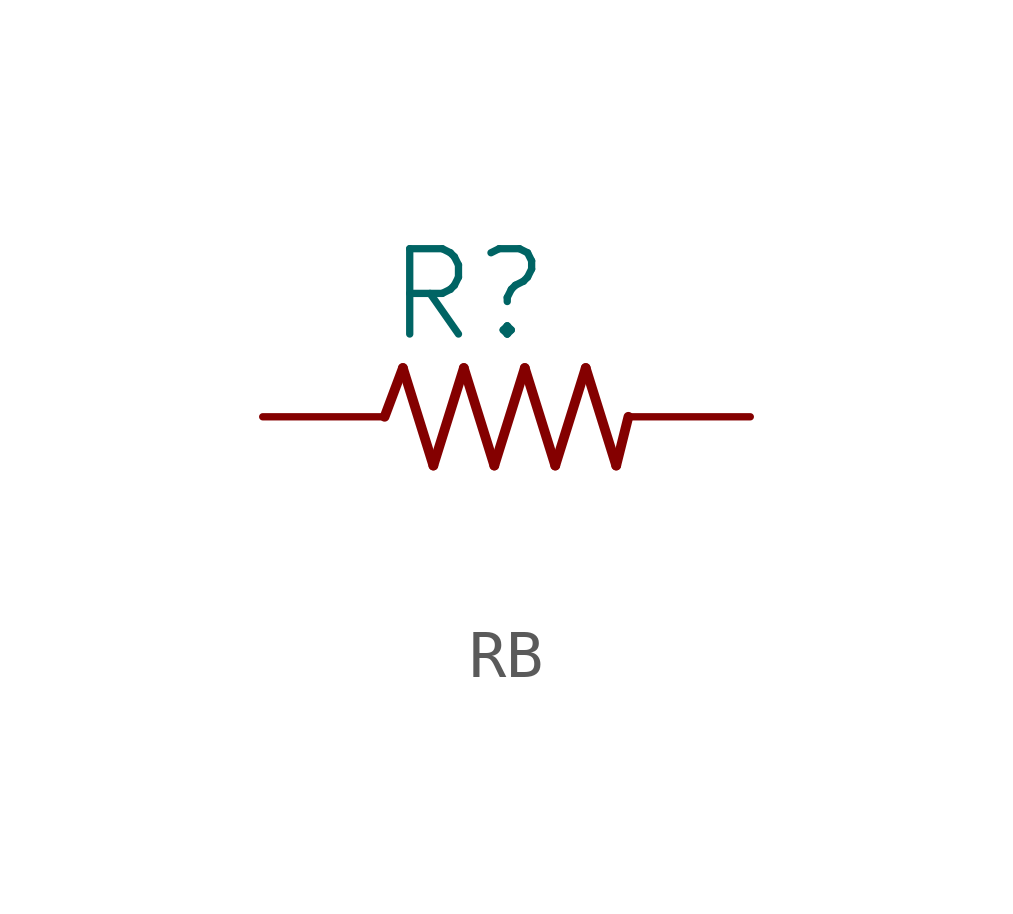
<source format=kicad_sym>
(kicad_symbol_lib
  (version 20231120)
  (generator "kicad_symbol_editor")
  (generator_version "8.0")
  (symbol "RB"
    (property "Reference" "R"
      (at -2.54 1.499 0)
      (effects (font (size 1.778 1.778)) (justify left bottom)))
    (property "Value" ""
      (at -5.08 -3.302 0)
      (effects (font (size 1.778 1.778)) (justify left bottom)))
    (property "ki_locked" ""
      (at 0 0 0)
      (effects (font (size 1.27 1.27))))
    (symbol "RB_1_0"
      (polyline (pts (xy -2.54 0) (xy -2.159 1.016)) (stroke (width 0.203) (type solid)) (fill (type none)))
      (polyline (pts (xy -2.159 1.016) (xy -1.524 -1.016)) (stroke (width 0.203) (type solid)) (fill (type none)))
      (polyline (pts (xy -1.524 -1.016) (xy -0.889 1.016)) (stroke (width 0.203) (type solid)) (fill (type none)))
      (polyline (pts (xy -0.889 1.016) (xy -0.254 -1.016)) (stroke (width 0.203) (type solid)) (fill (type none)))
      (polyline (pts (xy -0.254 -1.016) (xy 0.381 1.016)) (stroke (width 0.203) (type solid)) (fill (type none)))
      (polyline (pts (xy 0.381 1.016) (xy 1.016 -1.016)) (stroke (width 0.203) (type solid)) (fill (type none)))
      (polyline (pts (xy 1.016 -1.016) (xy 1.651 1.016)) (stroke (width 0.203) (type solid)) (fill (type none)))
      (polyline (pts (xy 1.651 1.016) (xy 2.286 -1.016)) (stroke (width 0.203) (type solid)) (fill (type none)))
      (polyline (pts (xy 2.286 -1.016) (xy 2.54 0)) (stroke (width 0.203) (type solid)) (fill (type none)))
      (pin passive line (at -5.08 0 0) (length 2.54) (name "1" (effects (font (size 0 0)))) (number "1" (effects (font (size 0 0)))))
      (pin passive line (at 5.08 0 180) (length 2.54) (name "2" (effects (font (size 0 0)))) (number "2" (effects (font (size 0 0))))))))
</source>
